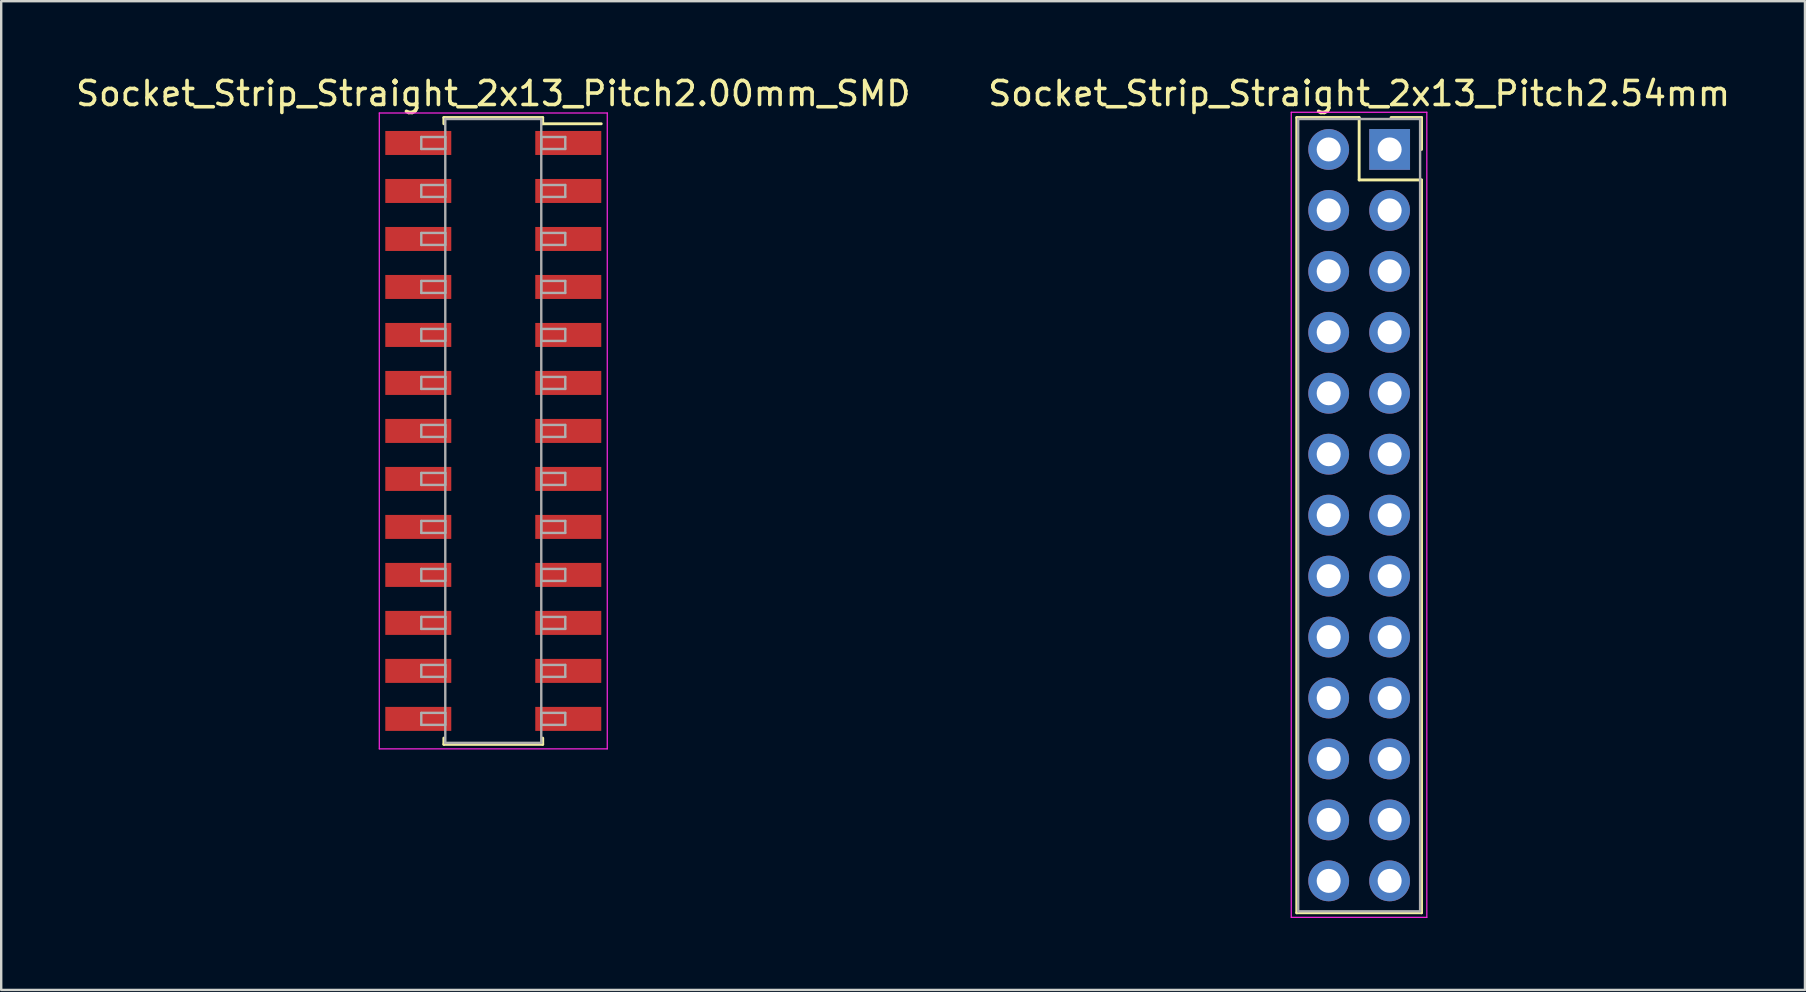
<source format=kicad_pcb>
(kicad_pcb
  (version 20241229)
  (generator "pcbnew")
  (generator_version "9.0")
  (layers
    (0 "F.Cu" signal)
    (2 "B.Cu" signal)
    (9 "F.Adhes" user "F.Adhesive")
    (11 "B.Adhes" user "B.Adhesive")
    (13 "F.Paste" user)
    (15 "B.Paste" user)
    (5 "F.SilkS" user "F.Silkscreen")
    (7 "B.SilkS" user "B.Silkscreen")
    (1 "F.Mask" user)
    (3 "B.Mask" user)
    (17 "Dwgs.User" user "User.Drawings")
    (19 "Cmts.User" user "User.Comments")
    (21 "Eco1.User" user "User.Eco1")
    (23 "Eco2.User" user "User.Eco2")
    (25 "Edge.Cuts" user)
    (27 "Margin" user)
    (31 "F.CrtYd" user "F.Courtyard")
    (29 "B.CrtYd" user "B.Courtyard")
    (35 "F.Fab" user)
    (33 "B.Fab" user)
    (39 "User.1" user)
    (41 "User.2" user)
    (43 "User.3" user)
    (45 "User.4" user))
  (footprint "Socket_Strip_Straight_2x13_Pitch2.00mm_SMD"
    (layer "F.Cu")
    (at 17.506 14.908)
    (property "Reference" "Socket_Strip_Straight_2x13_Pitch2.00mm_SMD" (at 0 -14.06 0) (layer "F.SilkS") (effects (font (size 1 1) (thickness 0.15))))
    (attr smd)
    (fp_line (start -2.06 -13.06) (end 2.06 -13.06) (stroke (width 0.12) (type solid)) (layer "F.SilkS"))
    (fp_line (start -2.06 -12.8) (end -2.06 -13.06) (stroke (width 0.12) (type solid)) (layer "F.SilkS"))
    (fp_line (start -2.06 12.8) (end -2.06 13.06) (stroke (width 0.12) (type solid)) (layer "F.SilkS"))
    (fp_line (start -2.06 13.06) (end 2.06 13.06) (stroke (width 0.12) (type solid)) (layer "F.SilkS"))
    (fp_line (start 2.06 -13.06) (end 2.06 -12.8) (stroke (width 0.12) (type solid)) (layer "F.SilkS"))
    (fp_line (start 2.06 13.06) (end 2.06 12.8) (stroke (width 0.12) (type solid)) (layer "F.SilkS"))
    (fp_line (start 4.5 -12.8) (end 2.06 -12.8) (stroke (width 0.12) (type solid)) (layer "F.SilkS"))
    (fp_line (start -4.75 -13.25) (end -4.75 13.25) (stroke (width 0.05) (type solid)) (layer "F.CrtYd"))
    (fp_line (start -4.75 13.25) (end 4.75 13.25) (stroke (width 0.05) (type solid)) (layer "F.CrtYd"))
    (fp_line (start 4.75 -13.25) (end -4.75 -13.25) (stroke (width 0.05) (type solid)) (layer "F.CrtYd"))
    (fp_line (start 4.75 13.25) (end 4.75 -13.25) (stroke (width 0.05) (type solid)) (layer "F.CrtYd"))
    (fp_line (start -3 -12.25) (end -2 -12.25) (stroke (width 0.1) (type solid)) (layer "F.Fab"))
    (fp_line (start -3 -11.75) (end -3 -12.25) (stroke (width 0.1) (type solid)) (layer "F.Fab"))
    (fp_line (start -3 -10.25) (end -2 -10.25) (stroke (width 0.1) (type solid)) (layer "F.Fab"))
    (fp_line (start -3 -9.75) (end -3 -10.25) (stroke (width 0.1) (type solid)) (layer "F.Fab"))
    (fp_line (start -3 -8.25) (end -2 -8.25) (stroke (width 0.1) (type solid)) (layer "F.Fab"))
    (fp_line (start -3 -7.75) (end -3 -8.25) (stroke (width 0.1) (type solid)) (layer "F.Fab"))
    (fp_line (start -3 -6.25) (end -2 -6.25) (stroke (width 0.1) (type solid)) (layer "F.Fab"))
    (fp_line (start -3 -5.75) (end -3 -6.25) (stroke (width 0.1) (type solid)) (layer "F.Fab"))
    (fp_line (start -3 -4.25) (end -2 -4.25) (stroke (width 0.1) (type solid)) (layer "F.Fab"))
    (fp_line (start -3 -3.75) (end -3 -4.25) (stroke (width 0.1) (type solid)) (layer "F.Fab"))
    (fp_line (start -3 -2.25) (end -2 -2.25) (stroke (width 0.1) (type solid)) (layer "F.Fab"))
    (fp_line (start -3 -1.75) (end -3 -2.25) (stroke (width 0.1) (type solid)) (layer "F.Fab"))
    (fp_line (start -3 -0.25) (end -2 -0.25) (stroke (width 0.1) (type solid)) (layer "F.Fab"))
    (fp_line (start -3 0.25) (end -3 -0.25) (stroke (width 0.1) (type solid)) (layer "F.Fab"))
    (fp_line (start -3 1.75) (end -2 1.75) (stroke (width 0.1) (type solid)) (layer "F.Fab"))
    (fp_line (start -3 2.25) (end -3 1.75) (stroke (width 0.1) (type solid)) (layer "F.Fab"))
    (fp_line (start -3 3.75) (end -2 3.75) (stroke (width 0.1) (type solid)) (layer "F.Fab"))
    (fp_line (start -3 4.25) (end -3 3.75) (stroke (width 0.1) (type solid)) (layer "F.Fab"))
    (fp_line (start -3 5.75) (end -2 5.75) (stroke (width 0.1) (type solid)) (layer "F.Fab"))
    (fp_line (start -3 6.25) (end -3 5.75) (stroke (width 0.1) (type solid)) (layer "F.Fab"))
    (fp_line (start -3 7.75) (end -2 7.75) (stroke (width 0.1) (type solid)) (layer "F.Fab"))
    (fp_line (start -3 8.25) (end -3 7.75) (stroke (width 0.1) (type solid)) (layer "F.Fab"))
    (fp_line (start -3 9.75) (end -2 9.75) (stroke (width 0.1) (type solid)) (layer "F.Fab"))
    (fp_line (start -3 10.25) (end -3 9.75) (stroke (width 0.1) (type solid)) (layer "F.Fab"))
    (fp_line (start -3 11.75) (end -2 11.75) (stroke (width 0.1) (type solid)) (layer "F.Fab"))
    (fp_line (start -3 12.25) (end -3 11.75) (stroke (width 0.1) (type solid)) (layer "F.Fab"))
    (fp_line (start -2 -13) (end -2 13) (stroke (width 0.1) (type solid)) (layer "F.Fab"))
    (fp_line (start -2 -12.25) (end -2 -11.75) (stroke (width 0.1) (type solid)) (layer "F.Fab"))
    (fp_line (start -2 -11.75) (end -3 -11.75) (stroke (width 0.1) (type solid)) (layer "F.Fab"))
    (fp_line (start -2 -10.25) (end -2 -9.75) (stroke (width 0.1) (type solid)) (layer "F.Fab"))
    (fp_line (start -2 -9.75) (end -3 -9.75) (stroke (width 0.1) (type solid)) (layer "F.Fab"))
    (fp_line (start -2 -8.25) (end -2 -7.75) (stroke (width 0.1) (type solid)) (layer "F.Fab"))
    (fp_line (start -2 -7.75) (end -3 -7.75) (stroke (width 0.1) (type solid)) (layer "F.Fab"))
    (fp_line (start -2 -6.25) (end -2 -5.75) (stroke (width 0.1) (type solid)) (layer "F.Fab"))
    (fp_line (start -2 -5.75) (end -3 -5.75) (stroke (width 0.1) (type solid)) (layer "F.Fab"))
    (fp_line (start -2 -4.25) (end -2 -3.75) (stroke (width 0.1) (type solid)) (layer "F.Fab"))
    (fp_line (start -2 -3.75) (end -3 -3.75) (stroke (width 0.1) (type solid)) (layer "F.Fab"))
    (fp_line (start -2 -2.25) (end -2 -1.75) (stroke (width 0.1) (type solid)) (layer "F.Fab"))
    (fp_line (start -2 -1.75) (end -3 -1.75) (stroke (width 0.1) (type solid)) (layer "F.Fab"))
    (fp_line (start -2 -0.25) (end -2 0.25) (stroke (width 0.1) (type solid)) (layer "F.Fab"))
    (fp_line (start -2 0.25) (end -3 0.25) (stroke (width 0.1) (type solid)) (layer "F.Fab"))
    (fp_line (start -2 1.75) (end -2 2.25) (stroke (width 0.1) (type solid)) (layer "F.Fab"))
    (fp_line (start -2 2.25) (end -3 2.25) (stroke (width 0.1) (type solid)) (layer "F.Fab"))
    (fp_line (start -2 3.75) (end -2 4.25) (stroke (width 0.1) (type solid)) (layer "F.Fab"))
    (fp_line (start -2 4.25) (end -3 4.25) (stroke (width 0.1) (type solid)) (layer "F.Fab"))
    (fp_line (start -2 5.75) (end -2 6.25) (stroke (width 0.1) (type solid)) (layer "F.Fab"))
    (fp_line (start -2 6.25) (end -3 6.25) (stroke (width 0.1) (type solid)) (layer "F.Fab"))
    (fp_line (start -2 7.75) (end -2 8.25) (stroke (width 0.1) (type solid)) (layer "F.Fab"))
    (fp_line (start -2 8.25) (end -3 8.25) (stroke (width 0.1) (type solid)) (layer "F.Fab"))
    (fp_line (start -2 9.75) (end -2 10.25) (stroke (width 0.1) (type solid)) (layer "F.Fab"))
    (fp_line (start -2 10.25) (end -3 10.25) (stroke (width 0.1) (type solid)) (layer "F.Fab"))
    (fp_line (start -2 11.75) (end -2 12.25) (stroke (width 0.1) (type solid)) (layer "F.Fab"))
    (fp_line (start -2 12.25) (end -3 12.25) (stroke (width 0.1) (type solid)) (layer "F.Fab"))
    (fp_line (start -2 13) (end 2 13) (stroke (width 0.1) (type solid)) (layer "F.Fab"))
    (fp_line (start 2 -13) (end -2 -13) (stroke (width 0.1) (type solid)) (layer "F.Fab"))
    (fp_line (start 2 -12.25) (end 2 -11.75) (stroke (width 0.1) (type solid)) (layer "F.Fab"))
    (fp_line (start 2 -11.75) (end 3 -11.75) (stroke (width 0.1) (type solid)) (layer "F.Fab"))
    (fp_line (start 2 -10.25) (end 2 -9.75) (stroke (width 0.1) (type solid)) (layer "F.Fab"))
    (fp_line (start 2 -9.75) (end 3 -9.75) (stroke (width 0.1) (type solid)) (layer "F.Fab"))
    (fp_line (start 2 -8.25) (end 2 -7.75) (stroke (width 0.1) (type solid)) (layer "F.Fab"))
    (fp_line (start 2 -7.75) (end 3 -7.75) (stroke (width 0.1) (type solid)) (layer "F.Fab"))
    (fp_line (start 2 -6.25) (end 2 -5.75) (stroke (width 0.1) (type solid)) (layer "F.Fab"))
    (fp_line (start 2 -5.75) (end 3 -5.75) (stroke (width 0.1) (type solid)) (layer "F.Fab"))
    (fp_line (start 2 -4.25) (end 2 -3.75) (stroke (width 0.1) (type solid)) (layer "F.Fab"))
    (fp_line (start 2 -3.75) (end 3 -3.75) (stroke (width 0.1) (type solid)) (layer "F.Fab"))
    (fp_line (start 2 -2.25) (end 2 -1.75) (stroke (width 0.1) (type solid)) (layer "F.Fab"))
    (fp_line (start 2 -1.75) (end 3 -1.75) (stroke (width 0.1) (type solid)) (layer "F.Fab"))
    (fp_line (start 2 -0.25) (end 2 0.25) (stroke (width 0.1) (type solid)) (layer "F.Fab"))
    (fp_line (start 2 0.25) (end 3 0.25) (stroke (width 0.1) (type solid)) (layer "F.Fab"))
    (fp_line (start 2 1.75) (end 2 2.25) (stroke (width 0.1) (type solid)) (layer "F.Fab"))
    (fp_line (start 2 2.25) (end 3 2.25) (stroke (width 0.1) (type solid)) (layer "F.Fab"))
    (fp_line (start 2 3.75) (end 2 4.25) (stroke (width 0.1) (type solid)) (layer "F.Fab"))
    (fp_line (start 2 4.25) (end 3 4.25) (stroke (width 0.1) (type solid)) (layer "F.Fab"))
    (fp_line (start 2 5.75) (end 2 6.25) (stroke (width 0.1) (type solid)) (layer "F.Fab"))
    (fp_line (start 2 6.25) (end 3 6.25) (stroke (width 0.1) (type solid)) (layer "F.Fab"))
    (fp_line (start 2 7.75) (end 2 8.25) (stroke (width 0.1) (type solid)) (layer "F.Fab"))
    (fp_line (start 2 8.25) (end 3 8.25) (stroke (width 0.1) (type solid)) (layer "F.Fab"))
    (fp_line (start 2 9.75) (end 2 10.25) (stroke (width 0.1) (type solid)) (layer "F.Fab"))
    (fp_line (start 2 10.25) (end 3 10.25) (stroke (width 0.1) (type solid)) (layer "F.Fab"))
    (fp_line (start 2 11.75) (end 2 12.25) (stroke (width 0.1) (type solid)) (layer "F.Fab"))
    (fp_line (start 2 12.25) (end 3 12.25) (stroke (width 0.1) (type solid)) (layer "F.Fab"))
    (fp_line (start 2 13) (end 2 -13) (stroke (width 0.1) (type solid)) (layer "F.Fab"))
    (fp_line (start 3 -12.25) (end 2 -12.25) (stroke (width 0.1) (type solid)) (layer "F.Fab"))
    (fp_line (start 3 -11.75) (end 3 -12.25) (stroke (width 0.1) (type solid)) (layer "F.Fab"))
    (fp_line (start 3 -10.25) (end 2 -10.25) (stroke (width 0.1) (type solid)) (layer "F.Fab"))
    (fp_line (start 3 -9.75) (end 3 -10.25) (stroke (width 0.1) (type solid)) (layer "F.Fab"))
    (fp_line (start 3 -8.25) (end 2 -8.25) (stroke (width 0.1) (type solid)) (layer "F.Fab"))
    (fp_line (start 3 -7.75) (end 3 -8.25) (stroke (width 0.1) (type solid)) (layer "F.Fab"))
    (fp_line (start 3 -6.25) (end 2 -6.25) (stroke (width 0.1) (type solid)) (layer "F.Fab"))
    (fp_line (start 3 -5.75) (end 3 -6.25) (stroke (width 0.1) (type solid)) (layer "F.Fab"))
    (fp_line (start 3 -4.25) (end 2 -4.25) (stroke (width 0.1) (type solid)) (layer "F.Fab"))
    (fp_line (start 3 -3.75) (end 3 -4.25) (stroke (width 0.1) (type solid)) (layer "F.Fab"))
    (fp_line (start 3 -2.25) (end 2 -2.25) (stroke (width 0.1) (type solid)) (layer "F.Fab"))
    (fp_line (start 3 -1.75) (end 3 -2.25) (stroke (width 0.1) (type solid)) (layer "F.Fab"))
    (fp_line (start 3 -0.25) (end 2 -0.25) (stroke (width 0.1) (type solid)) (layer "F.Fab"))
    (fp_line (start 3 0.25) (end 3 -0.25) (stroke (width 0.1) (type solid)) (layer "F.Fab"))
    (fp_line (start 3 1.75) (end 2 1.75) (stroke (width 0.1) (type solid)) (layer "F.Fab"))
    (fp_line (start 3 2.25) (end 3 1.75) (stroke (width 0.1) (type solid)) (layer "F.Fab"))
    (fp_line (start 3 3.75) (end 2 3.75) (stroke (width 0.1) (type solid)) (layer "F.Fab"))
    (fp_line (start 3 4.25) (end 3 3.75) (stroke (width 0.1) (type solid)) (layer "F.Fab"))
    (fp_line (start 3 5.75) (end 2 5.75) (stroke (width 0.1) (type solid)) (layer "F.Fab"))
    (fp_line (start 3 6.25) (end 3 5.75) (stroke (width 0.1) (type solid)) (layer "F.Fab"))
    (fp_line (start 3 7.75) (end 2 7.75) (stroke (width 0.1) (type solid)) (layer "F.Fab"))
    (fp_line (start 3 8.25) (end 3 7.75) (stroke (width 0.1) (type solid)) (layer "F.Fab"))
    (fp_line (start 3 9.75) (end 2 9.75) (stroke (width 0.1) (type solid)) (layer "F.Fab"))
    (fp_line (start 3 10.25) (end 3 9.75) (stroke (width 0.1) (type solid)) (layer "F.Fab"))
    (fp_line (start 3 11.75) (end 2 11.75) (stroke (width 0.1) (type solid)) (layer "F.Fab"))
    (fp_line (start 3 12.25) (end 3 11.75) (stroke (width 0.1) (type solid)) (layer "F.Fab"))
    (pad "1" smd rect (at 3.125 -12) (size 2.75 1) (layers "F.Cu" "F.Mask"))
    (pad "2" smd rect (at -3.125 -12) (size 2.75 1) (layers "F.Cu" "F.Mask"))
    (pad "3" smd rect (at 3.125 -10) (size 2.75 1) (layers "F.Cu" "F.Mask"))
    (pad "4" smd rect (at -3.125 -10) (size 2.75 1) (layers "F.Cu" "F.Mask"))
    (pad "5" smd rect (at 3.125 -8) (size 2.75 1) (layers "F.Cu" "F.Mask"))
    (pad "6" smd rect (at -3.125 -8) (size 2.75 1) (layers "F.Cu" "F.Mask"))
    (pad "7" smd rect (at 3.125 -6) (size 2.75 1) (layers "F.Cu" "F.Mask"))
    (pad "8" smd rect (at -3.125 -6) (size 2.75 1) (layers "F.Cu" "F.Mask"))
    (pad "9" smd rect (at 3.125 -4) (size 2.75 1) (layers "F.Cu" "F.Mask"))
    (pad "10" smd rect (at -3.125 -4) (size 2.75 1) (layers "F.Cu" "F.Mask"))
    (pad "11" smd rect (at 3.125 -2) (size 2.75 1) (layers "F.Cu" "F.Mask"))
    (pad "12" smd rect (at -3.125 -2) (size 2.75 1) (layers "F.Cu" "F.Mask"))
    (pad "13" smd rect (at 3.125 0) (size 2.75 1) (layers "F.Cu" "F.Mask"))
    (pad "14" smd rect (at -3.125 0) (size 2.75 1) (layers "F.Cu" "F.Mask"))
    (pad "15" smd rect (at 3.125 2) (size 2.75 1) (layers "F.Cu" "F.Mask"))
    (pad "16" smd rect (at -3.125 2) (size 2.75 1) (layers "F.Cu" "F.Mask"))
    (pad "17" smd rect (at 3.125 4) (size 2.75 1) (layers "F.Cu" "F.Mask"))
    (pad "18" smd rect (at -3.125 4) (size 2.75 1) (layers "F.Cu" "F.Mask"))
    (pad "19" smd rect (at 3.125 6) (size 2.75 1) (layers "F.Cu" "F.Mask"))
    (pad "20" smd rect (at -3.125 6) (size 2.75 1) (layers "F.Cu" "F.Mask"))
    (pad "21" smd rect (at 3.125 8) (size 2.75 1) (layers "F.Cu" "F.Mask"))
    (pad "22" smd rect (at -3.125 8) (size 2.75 1) (layers "F.Cu" "F.Mask"))
    (pad "23" smd rect (at 3.125 10) (size 2.75 1) (layers "F.Cu" "F.Mask"))
    (pad "24" smd rect (at -3.125 10) (size 2.75 1) (layers "F.Cu" "F.Mask"))
    (pad "25" smd rect (at 3.125 12) (size 2.75 1) (layers "F.Cu" "F.Mask"))
    (pad "26" smd rect (at -3.125 12) (size 2.75 1) (layers "F.Cu" "F.Mask")))
  (footprint "Socket_Strip_Straight_2x13_Pitch2.54mm"
    (layer "F.Cu")
    (at 54.859 3.178)
    (property "Reference" "Socket_Strip_Straight_2x13_Pitch2.54mm" (at -1.27 -2.33 0) (layer "F.SilkS") (effects (font (size 1 1) (thickness 0.15))))
    (attr through_hole)
    (fp_line (start -3.87 -1.33) (end -1.27 -1.33) (stroke (width 0.12) (type solid)) (layer "F.SilkS"))
    (fp_line (start -3.87 31.81) (end -3.87 -1.33) (stroke (width 0.12) (type solid)) (layer "F.SilkS"))
    (fp_line (start -1.27 -1.33) (end -1.27 1.27) (stroke (width 0.12) (type solid)) (layer "F.SilkS"))
    (fp_line (start -1.27 1.27) (end 1.33 1.27) (stroke (width 0.12) (type solid)) (layer "F.SilkS"))
    (fp_line (start 1.33 -1.33) (end 0.06 -1.33) (stroke (width 0.12) (type solid)) (layer "F.SilkS"))
    (fp_line (start 1.33 0) (end 1.33 -1.33) (stroke (width 0.12) (type solid)) (layer "F.SilkS"))
    (fp_line (start 1.33 1.27) (end 1.33 31.81) (stroke (width 0.12) (type solid)) (layer "F.SilkS"))
    (fp_line (start 1.33 31.81) (end -3.87 31.81) (stroke (width 0.12) (type solid)) (layer "F.SilkS"))
    (fp_line (start -4.1 -1.55) (end -4.1 32) (stroke (width 0.05) (type solid)) (layer "F.CrtYd"))
    (fp_line (start -4.1 32) (end 1.55 32) (stroke (width 0.05) (type solid)) (layer "F.CrtYd"))
    (fp_line (start 1.55 -1.55) (end -4.1 -1.55) (stroke (width 0.05) (type solid)) (layer "F.CrtYd"))
    (fp_line (start 1.55 32) (end 1.55 -1.55) (stroke (width 0.05) (type solid)) (layer "F.CrtYd"))
    (fp_line (start -3.81 -1.27) (end -3.81 31.75) (stroke (width 0.1) (type solid)) (layer "F.Fab"))
    (fp_line (start -3.81 31.75) (end 1.27 31.75) (stroke (width 0.1) (type solid)) (layer "F.Fab"))
    (fp_line (start 1.27 -1.27) (end -3.81 -1.27) (stroke (width 0.1) (type solid)) (layer "F.Fab"))
    (fp_line (start 1.27 31.75) (end 1.27 -1.27) (stroke (width 0.1) (type solid)) (layer "F.Fab"))
    (pad "1" thru_hole rect (at 0 0) (size 1.7 1.7) (drill 1) (layers "*.Cu" "*.Mask"))
    (pad "2" thru_hole oval (at -2.54 0) (size 1.7 1.7) (drill 1) (layers "*.Cu" "*.Mask"))
    (pad "3" thru_hole oval (at 0 2.54) (size 1.7 1.7) (drill 1) (layers "*.Cu" "*.Mask"))
    (pad "4" thru_hole oval (at -2.54 2.54) (size 1.7 1.7) (drill 1) (layers "*.Cu" "*.Mask"))
    (pad "5" thru_hole oval (at 0 5.08) (size 1.7 1.7) (drill 1) (layers "*.Cu" "*.Mask"))
    (pad "6" thru_hole oval (at -2.54 5.08) (size 1.7 1.7) (drill 1) (layers "*.Cu" "*.Mask"))
    (pad "7" thru_hole oval (at 0 7.62) (size 1.7 1.7) (drill 1) (layers "*.Cu" "*.Mask"))
    (pad "8" thru_hole oval (at -2.54 7.62) (size 1.7 1.7) (drill 1) (layers "*.Cu" "*.Mask"))
    (pad "9" thru_hole oval (at 0 10.16) (size 1.7 1.7) (drill 1) (layers "*.Cu" "*.Mask"))
    (pad "10" thru_hole oval (at -2.54 10.16) (size 1.7 1.7) (drill 1) (layers "*.Cu" "*.Mask"))
    (pad "11" thru_hole oval (at 0 12.7) (size 1.7 1.7) (drill 1) (layers "*.Cu" "*.Mask"))
    (pad "12" thru_hole oval (at -2.54 12.7) (size 1.7 1.7) (drill 1) (layers "*.Cu" "*.Mask"))
    (pad "13" thru_hole oval (at 0 15.24) (size 1.7 1.7) (drill 1) (layers "*.Cu" "*.Mask"))
    (pad "14" thru_hole oval (at -2.54 15.24) (size 1.7 1.7) (drill 1) (layers "*.Cu" "*.Mask"))
    (pad "15" thru_hole oval (at 0 17.78) (size 1.7 1.7) (drill 1) (layers "*.Cu" "*.Mask"))
    (pad "16" thru_hole oval (at -2.54 17.78) (size 1.7 1.7) (drill 1) (layers "*.Cu" "*.Mask"))
    (pad "17" thru_hole oval (at 0 20.32) (size 1.7 1.7) (drill 1) (layers "*.Cu" "*.Mask"))
    (pad "18" thru_hole oval (at -2.54 20.32) (size 1.7 1.7) (drill 1) (layers "*.Cu" "*.Mask"))
    (pad "19" thru_hole oval (at 0 22.86) (size 1.7 1.7) (drill 1) (layers "*.Cu" "*.Mask"))
    (pad "20" thru_hole oval (at -2.54 22.86) (size 1.7 1.7) (drill 1) (layers "*.Cu" "*.Mask"))
    (pad "21" thru_hole oval (at 0 25.4) (size 1.7 1.7) (drill 1) (layers "*.Cu" "*.Mask"))
    (pad "22" thru_hole oval (at -2.54 25.4) (size 1.7 1.7) (drill 1) (layers "*.Cu" "*.Mask"))
    (pad "23" thru_hole oval (at 0 27.94) (size 1.7 1.7) (drill 1) (layers "*.Cu" "*.Mask"))
    (pad "24" thru_hole oval (at -2.54 27.94) (size 1.7 1.7) (drill 1) (layers "*.Cu" "*.Mask"))
    (pad "25" thru_hole oval (at 0 30.48) (size 1.7 1.7) (drill 1) (layers "*.Cu" "*.Mask"))
    (pad "26" thru_hole oval (at -2.54 30.48) (size 1.7 1.7) (drill 1) (layers "*.Cu" "*.Mask")))
  (gr_rect
    (start -3 -3)
    (end 72.167 38.203)
    (stroke (width 0.1) (type default))
    (fill no)
    (layer "Edge.Cuts")))
</source>
